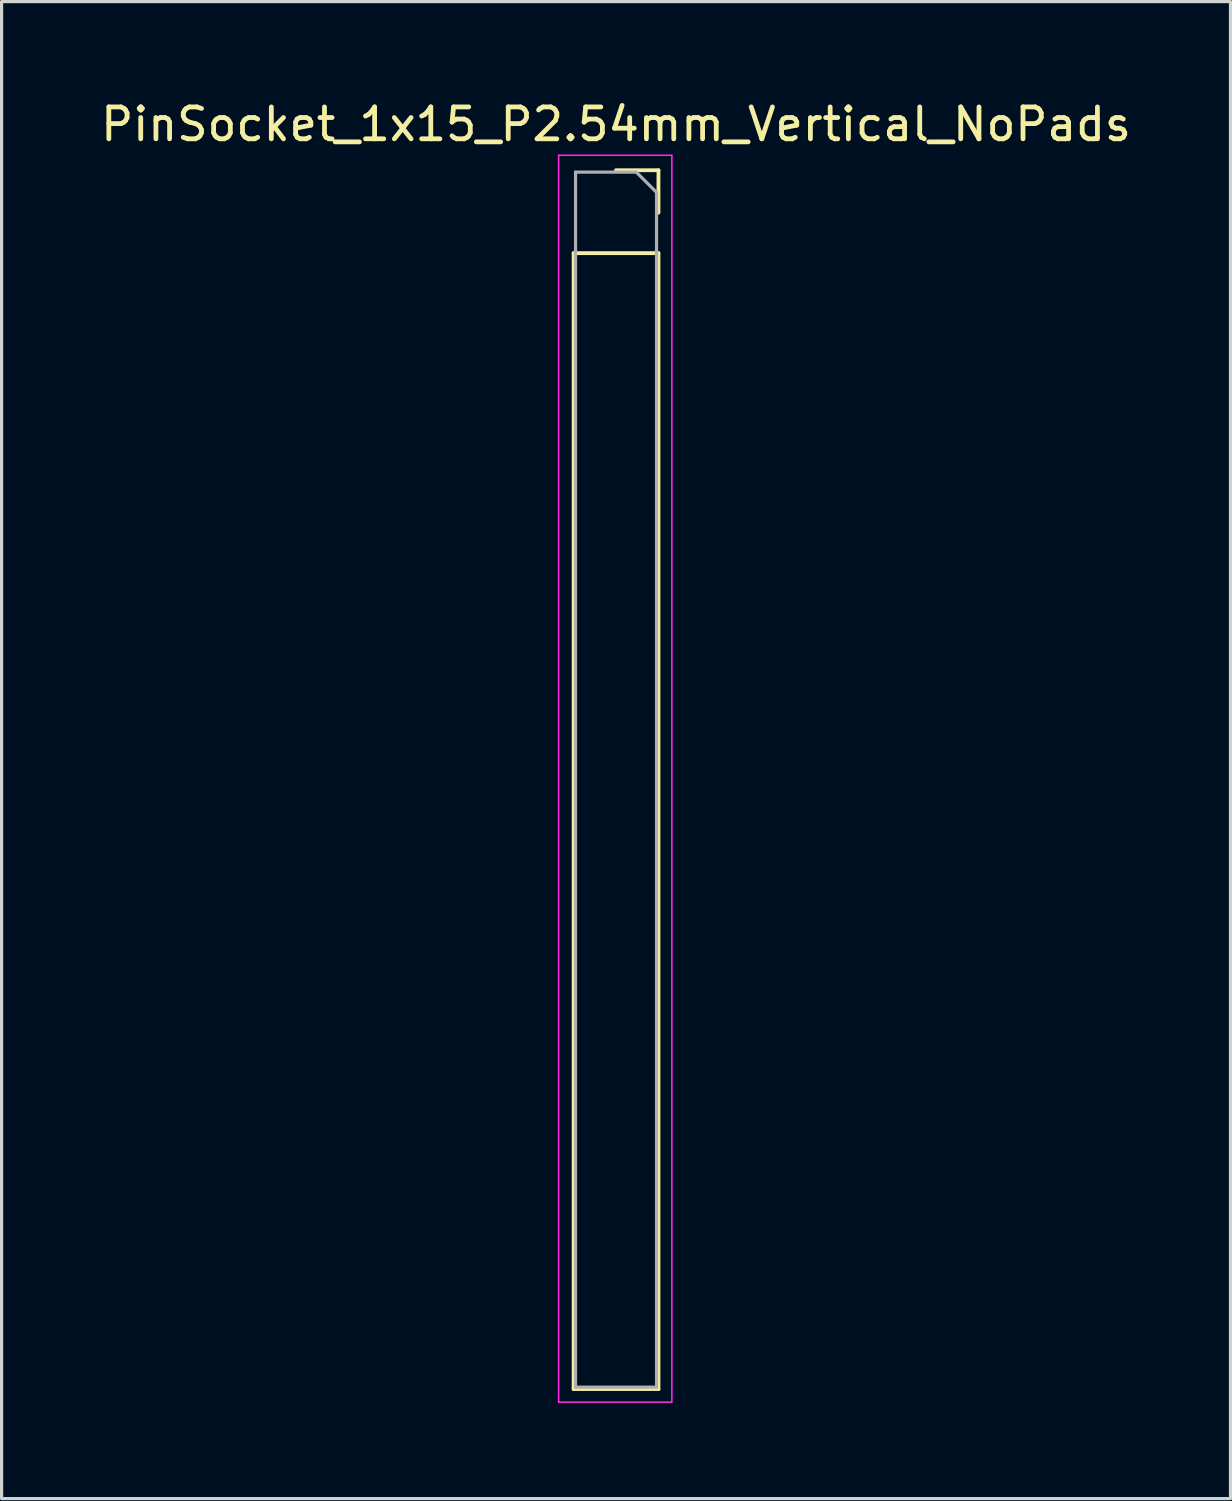
<source format=kicad_pcb>
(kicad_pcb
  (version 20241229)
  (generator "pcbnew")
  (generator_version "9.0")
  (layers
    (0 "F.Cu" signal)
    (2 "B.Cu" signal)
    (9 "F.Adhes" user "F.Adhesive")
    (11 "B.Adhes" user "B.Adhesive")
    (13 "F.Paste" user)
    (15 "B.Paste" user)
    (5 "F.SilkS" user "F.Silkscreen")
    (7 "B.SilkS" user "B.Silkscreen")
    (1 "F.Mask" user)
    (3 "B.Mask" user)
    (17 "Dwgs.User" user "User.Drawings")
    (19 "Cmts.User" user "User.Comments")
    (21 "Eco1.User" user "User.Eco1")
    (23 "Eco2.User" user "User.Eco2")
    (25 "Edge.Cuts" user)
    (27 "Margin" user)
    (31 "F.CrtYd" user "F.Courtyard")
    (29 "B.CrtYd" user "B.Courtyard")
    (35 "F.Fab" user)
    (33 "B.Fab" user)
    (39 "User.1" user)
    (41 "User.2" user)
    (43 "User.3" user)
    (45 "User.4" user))
  (footprint "PinSocket_1x15_P2.54mm_Vertical_NoPads"
    (layer "F.Cu")
    (at 16.268 3.618)
    (property "Reference" "PinSocket_1x15_P2.54mm_Vertical_NoPads" (at 0 -2.77 0) (layer "F.SilkS") (effects (font (size 1 1) (thickness 0.15))))
    (attr through_hole board_only exclude_from_pos_files)
    (fp_line (start -1.33 1.27) (end -1.33 36.89) (stroke (width 0.12) (type solid)) (layer "F.SilkS"))
    (fp_line (start -1.33 1.27) (end 1.33 1.27) (stroke (width 0.12) (type solid)) (layer "F.SilkS"))
    (fp_line (start -1.33 36.89) (end 1.33 36.89) (stroke (width 0.12) (type solid)) (layer "F.SilkS"))
    (fp_line (start 0 -1.33) (end 1.33 -1.33) (stroke (width 0.12) (type solid)) (layer "F.SilkS"))
    (fp_line (start 1.33 -1.33) (end 1.33 0) (stroke (width 0.12) (type solid)) (layer "F.SilkS"))
    (fp_line (start 1.33 1.27) (end 1.33 36.89) (stroke (width 0.12) (type solid)) (layer "F.SilkS"))
    (fp_line (start -1.8 -1.8) (end 1.75 -1.8) (stroke (width 0.05) (type solid)) (layer "F.CrtYd"))
    (fp_line (start -1.8 37.3) (end -1.8 -1.8) (stroke (width 0.05) (type solid)) (layer "F.CrtYd"))
    (fp_line (start 1.75 -1.8) (end 1.75 37.3) (stroke (width 0.05) (type solid)) (layer "F.CrtYd"))
    (fp_line (start 1.75 37.3) (end -1.8 37.3) (stroke (width 0.05) (type solid)) (layer "F.CrtYd"))
    (fp_line (start -1.27 -1.27) (end 0.635 -1.27) (stroke (width 0.1) (type solid)) (layer "F.Fab"))
    (fp_line (start -1.27 36.83) (end -1.27 -1.27) (stroke (width 0.1) (type solid)) (layer "F.Fab"))
    (fp_line (start 0.635 -1.27) (end 1.27 -0.635) (stroke (width 0.1) (type solid)) (layer "F.Fab"))
    (fp_line (start 1.27 -0.635) (end 1.27 36.83) (stroke (width 0.1) (type solid)) (layer "F.Fab"))
    (fp_line (start 1.27 36.83) (end -1.27 36.83) (stroke (width 0.1) (type solid)) (layer "F.Fab")))
  (gr_rect
    (start -3 -3)
    (end 35.536 43.943)
    (stroke (width 0.1) (type default))
    (fill no)
    (layer "Edge.Cuts")))
</source>
